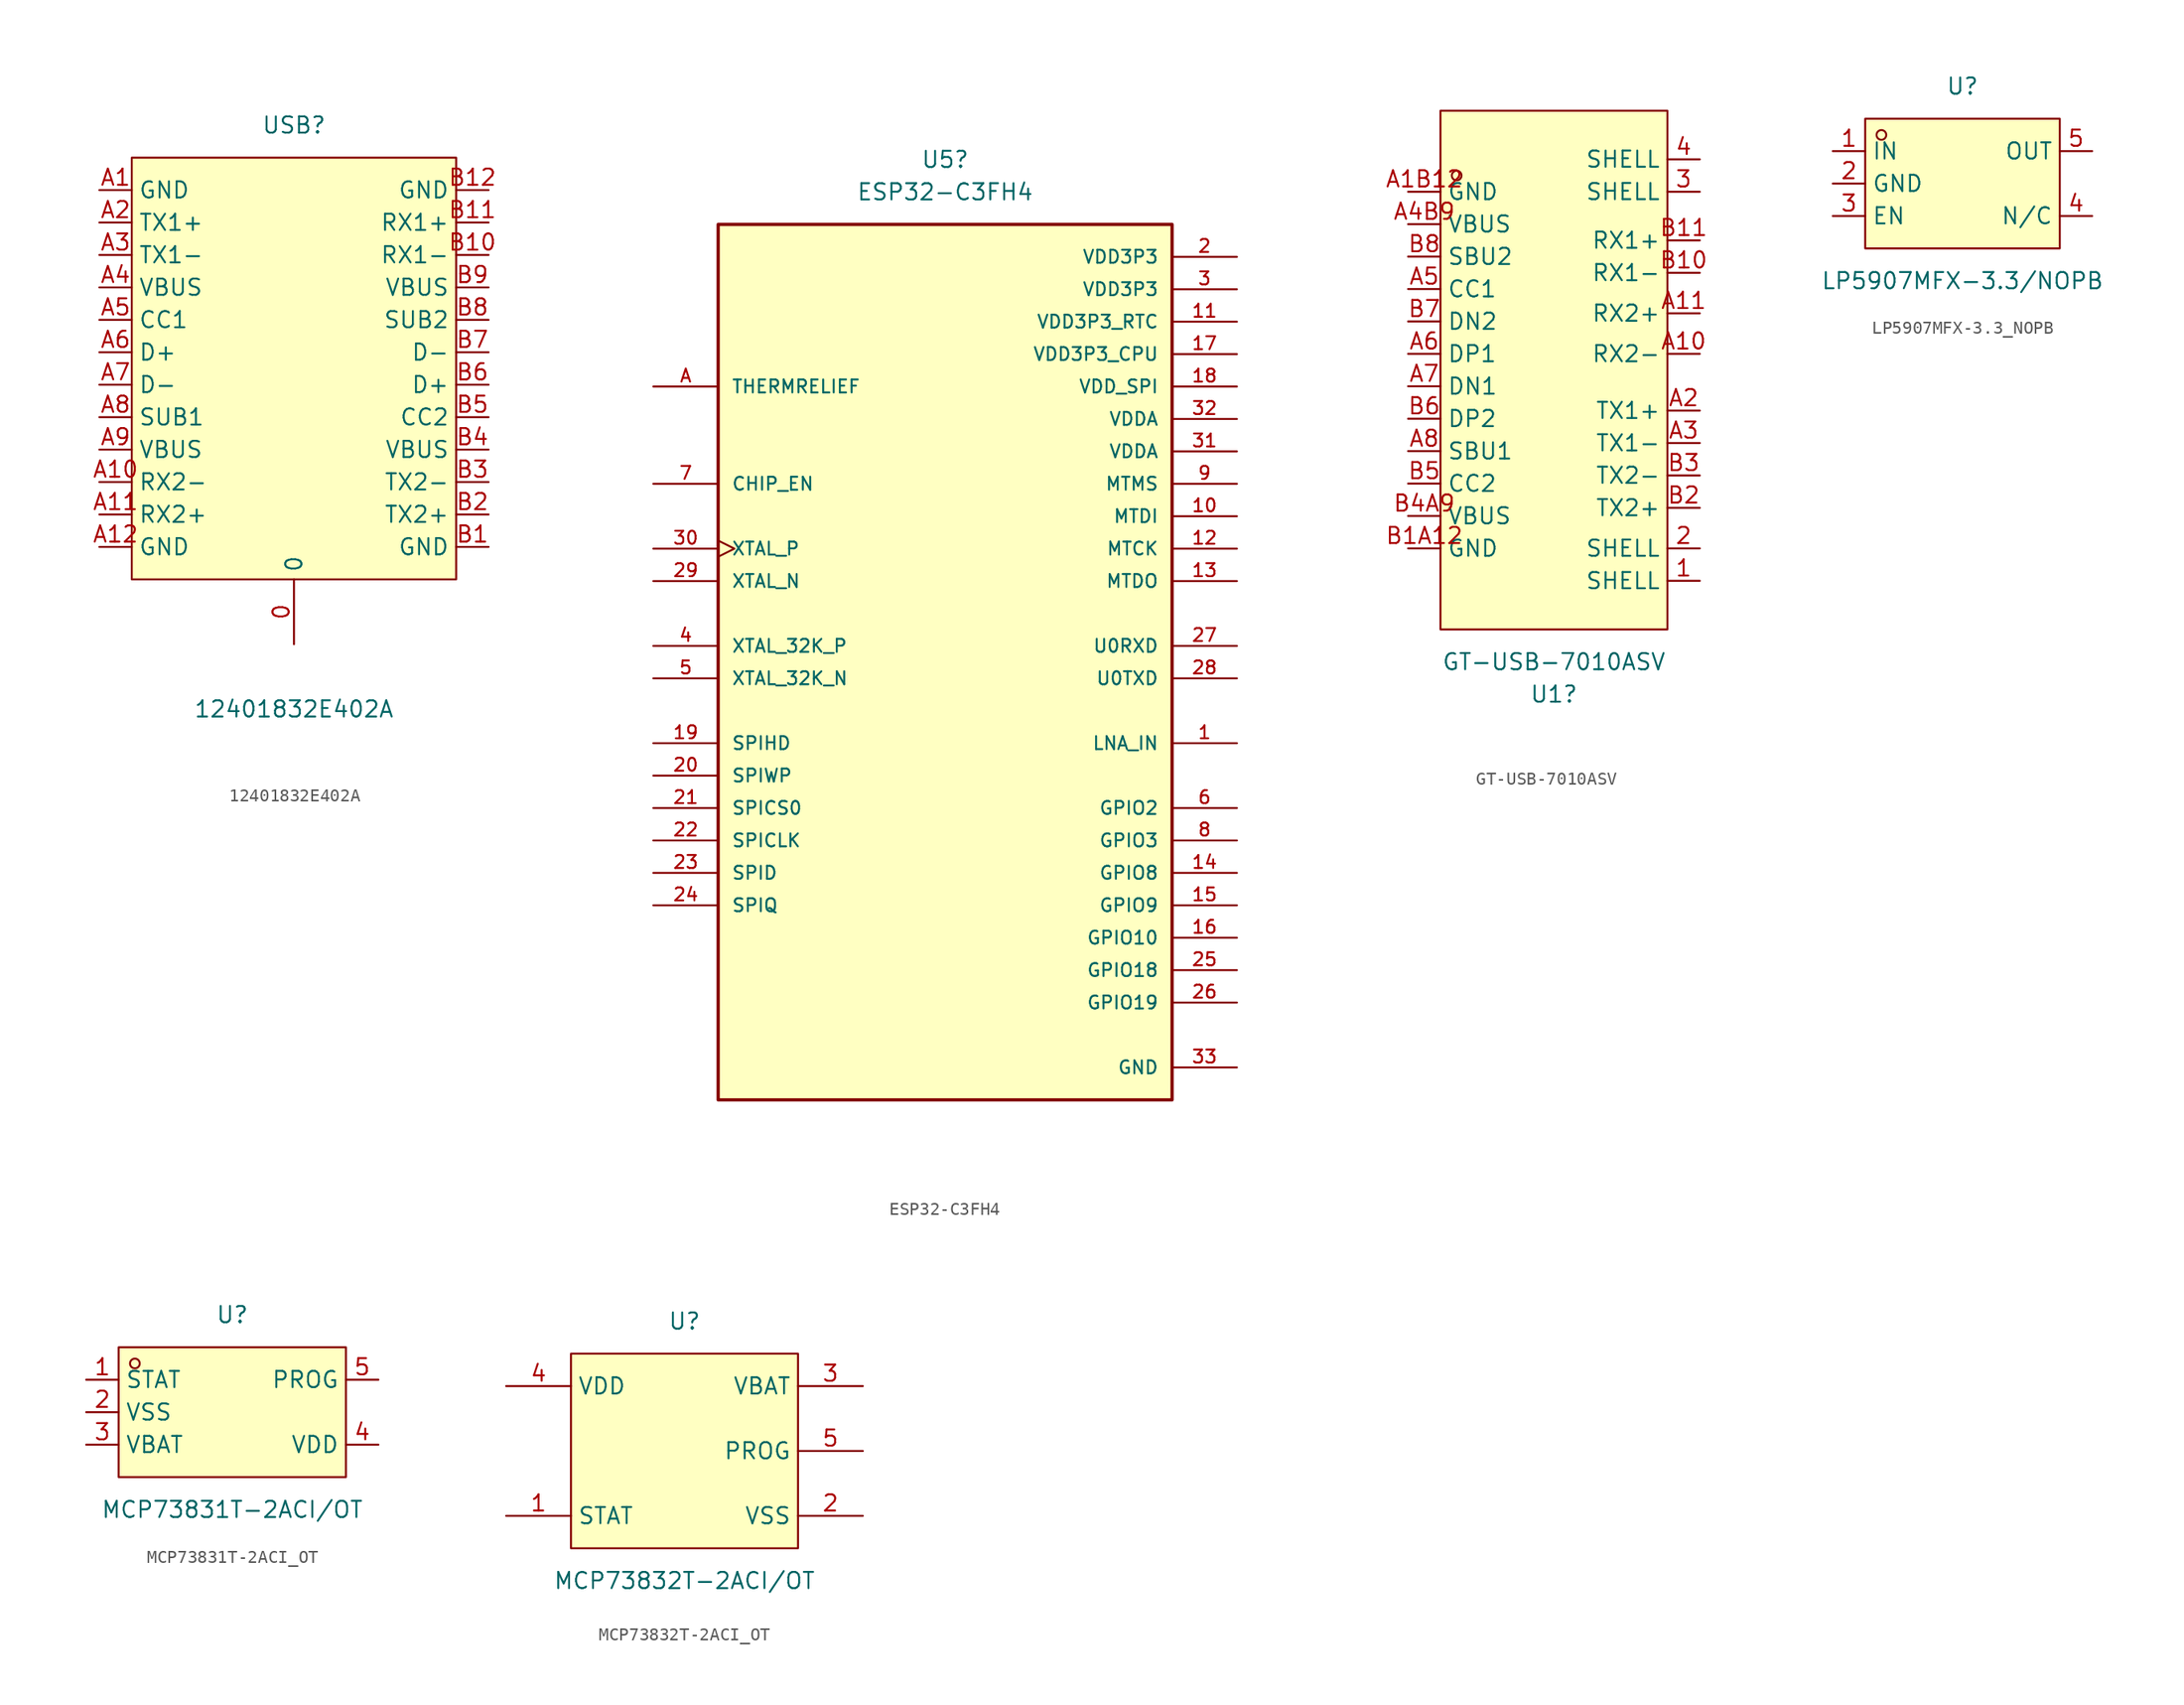
<source format=kicad_sym>
(kicad_symbol_lib
  (version 20220914)
  (generator https://github.com/uPesy/easyeda2kicad.py)
  (symbol "12401832E402A"
    (property "Reference" "USB"
      (at 0 22.86 0)
      (effects (font (size 1.27 1.27))))
    (property "Value" "12401832E402A"
      (at 0 -22.86 0)
      (effects (font (size 1.27 1.27))))
    (symbol "12401832E402A_0_1"
      (rectangle (start -12.7 20.32) (end 12.7 -12.7) (stroke (width 0) (type default)) (fill (type background)))
      (pin unspecified line (at 0 -17.78 90) (length 5.08) (name "0" (effects (font (size 1.27 1.27)))) (number "0" (effects (font (size 1.27 1.27)))))
      (pin unspecified line (at -15.24 17.78 0) (length 2.54) (name "GND" (effects (font (size 1.27 1.27)))) (number "A1" (effects (font (size 1.27 1.27)))))
      (pin unspecified line (at -15.24 -5.08 0) (length 2.54) (name "RX2-" (effects (font (size 1.27 1.27)))) (number "A10" (effects (font (size 1.27 1.27)))))
      (pin unspecified line (at -15.24 -7.62 0) (length 2.54) (name "RX2+" (effects (font (size 1.27 1.27)))) (number "A11" (effects (font (size 1.27 1.27)))))
      (pin unspecified line (at -15.24 -10.16 0) (length 2.54) (name "GND" (effects (font (size 1.27 1.27)))) (number "A12" (effects (font (size 1.27 1.27)))))
      (pin unspecified line (at -15.24 15.24 0) (length 2.54) (name "TX1+" (effects (font (size 1.27 1.27)))) (number "A2" (effects (font (size 1.27 1.27)))))
      (pin unspecified line (at -15.24 12.7 0) (length 2.54) (name "TX1-" (effects (font (size 1.27 1.27)))) (number "A3" (effects (font (size 1.27 1.27)))))
      (pin unspecified line (at -15.24 10.16 0) (length 2.54) (name "VBUS" (effects (font (size 1.27 1.27)))) (number "A4" (effects (font (size 1.27 1.27)))))
      (pin unspecified line (at -15.24 7.62 0) (length 2.54) (name "CC1" (effects (font (size 1.27 1.27)))) (number "A5" (effects (font (size 1.27 1.27)))))
      (pin unspecified line (at -15.24 5.08 0) (length 2.54) (name "D+" (effects (font (size 1.27 1.27)))) (number "A6" (effects (font (size 1.27 1.27)))))
      (pin unspecified line (at -15.24 2.54 0) (length 2.54) (name "D-" (effects (font (size 1.27 1.27)))) (number "A7" (effects (font (size 1.27 1.27)))))
      (pin unspecified line (at -15.24 0 0) (length 2.54) (name "SUB1" (effects (font (size 1.27 1.27)))) (number "A8" (effects (font (size 1.27 1.27)))))
      (pin unspecified line (at -15.24 -2.54 0) (length 2.54) (name "VBUS" (effects (font (size 1.27 1.27)))) (number "A9" (effects (font (size 1.27 1.27)))))
      (pin unspecified line (at 15.24 -10.16 180) (length 2.54) (name "GND" (effects (font (size 1.27 1.27)))) (number "B1" (effects (font (size 1.27 1.27)))))
      (pin unspecified line (at 15.24 12.7 180) (length 2.54) (name "RX1-" (effects (font (size 1.27 1.27)))) (number "B10" (effects (font (size 1.27 1.27)))))
      (pin unspecified line (at 15.24 15.24 180) (length 2.54) (name "RX1+" (effects (font (size 1.27 1.27)))) (number "B11" (effects (font (size 1.27 1.27)))))
      (pin unspecified line (at 15.24 17.78 180) (length 2.54) (name "GND" (effects (font (size 1.27 1.27)))) (number "B12" (effects (font (size 1.27 1.27)))))
      (pin unspecified line (at 15.24 -7.62 180) (length 2.54) (name "TX2+" (effects (font (size 1.27 1.27)))) (number "B2" (effects (font (size 1.27 1.27)))))
      (pin unspecified line (at 15.24 -5.08 180) (length 2.54) (name "TX2-" (effects (font (size 1.27 1.27)))) (number "B3" (effects (font (size 1.27 1.27)))))
      (pin unspecified line (at 15.24 -2.54 180) (length 2.54) (name "VBUS" (effects (font (size 1.27 1.27)))) (number "B4" (effects (font (size 1.27 1.27)))))
      (pin unspecified line (at 15.24 0 180) (length 2.54) (name "CC2" (effects (font (size 1.27 1.27)))) (number "B5" (effects (font (size 1.27 1.27)))))
      (pin unspecified line (at 15.24 2.54 180) (length 2.54) (name "D+" (effects (font (size 1.27 1.27)))) (number "B6" (effects (font (size 1.27 1.27)))))
      (pin unspecified line (at 15.24 5.08 180) (length 2.54) (name "D-" (effects (font (size 1.27 1.27)))) (number "B7" (effects (font (size 1.27 1.27)))))
      (pin unspecified line (at 15.24 7.62 180) (length 2.54) (name "SUB2" (effects (font (size 1.27 1.27)))) (number "B8" (effects (font (size 1.27 1.27)))))
      (pin unspecified line (at 15.24 10.16 180) (length 2.54) (name "VBUS" (effects (font (size 1.27 1.27)))) (number "B9" (effects (font (size 1.27 1.27)))))))
  (symbol "ESP32-C3FH4"
    (pin_names
      (offset 1.016))
    (property "Reference" "U5"
      (at 0 40.64 0)
      (effects (font (size 1.27 1.27))))
    (property "Value" "ESP32-C3FH4"
      (at 0 38.1 0)
      (effects (font (size 1.27 1.27))))
    (symbol "ESP32-C3FH4_0_0"
      (rectangle (start -17.78 35.56) (end 17.78 -33.02) (stroke (width 0.254) (type default)) (fill (type background)))
      (pin bidirectional line (at 22.86 -5.08 180) (length 5.08) (name "LNA_IN" (effects (font (size 1.016 1.016)))) (number "1" (effects (font (size 1.016 1.016)))))
      (pin bidirectional line (at 22.86 12.7 180) (length 5.08) (name "MTDI" (effects (font (size 1.016 1.016)))) (number "10" (effects (font (size 1.016 1.016)))))
      (pin power_in line (at 22.86 27.94 180) (length 5.08) (name "VDD3P3_RTC" (effects (font (size 1.016 1.016)))) (number "11" (effects (font (size 1.016 1.016)))))
      (pin bidirectional line (at 22.86 10.16 180) (length 5.08) (name "MTCK" (effects (font (size 1.016 1.016)))) (number "12" (effects (font (size 1.016 1.016)))))
      (pin bidirectional line (at 22.86 7.62 180) (length 5.08) (name "MTDO" (effects (font (size 1.016 1.016)))) (number "13" (effects (font (size 1.016 1.016)))))
      (pin bidirectional line (at 22.86 -15.24 180) (length 5.08) (name "GPIO8" (effects (font (size 1.016 1.016)))) (number "14" (effects (font (size 1.016 1.016)))))
      (pin bidirectional line (at 22.86 -17.78 180) (length 5.08) (name "GPIO9" (effects (font (size 1.016 1.016)))) (number "15" (effects (font (size 1.016 1.016)))))
      (pin bidirectional line (at 22.86 -20.32 180) (length 5.08) (name "GPIO10" (effects (font (size 1.016 1.016)))) (number "16" (effects (font (size 1.016 1.016)))))
      (pin power_in line (at 22.86 25.4 180) (length 5.08) (name "VDD3P3_CPU" (effects (font (size 1.016 1.016)))) (number "17" (effects (font (size 1.016 1.016)))))
      (pin power_in line (at 22.86 22.86 180) (length 5.08) (name "VDD_SPI" (effects (font (size 1.016 1.016)))) (number "18" (effects (font (size 1.016 1.016)))))
      (pin bidirectional line (at -22.86 -5.08 0) (length 5.08) (name "SPIHD" (effects (font (size 1.016 1.016)))) (number "19" (effects (font (size 1.016 1.016)))))
      (pin power_in line (at 22.86 33.02 180) (length 5.08) (name "VDD3P3" (effects (font (size 1.016 1.016)))) (number "2" (effects (font (size 1.016 1.016)))))
      (pin bidirectional line (at -22.86 -7.62 0) (length 5.08) (name "SPIWP" (effects (font (size 1.016 1.016)))) (number "20" (effects (font (size 1.016 1.016)))))
      (pin bidirectional line (at -22.86 -10.16 0) (length 5.08) (name "SPICS0" (effects (font (size 1.016 1.016)))) (number "21" (effects (font (size 1.016 1.016)))))
      (pin bidirectional line (at -22.86 -12.7 0) (length 5.08) (name "SPICLK" (effects (font (size 1.016 1.016)))) (number "22" (effects (font (size 1.016 1.016)))))
      (pin bidirectional line (at -22.86 -15.24 0) (length 5.08) (name "SPID" (effects (font (size 1.016 1.016)))) (number "23" (effects (font (size 1.016 1.016)))))
      (pin bidirectional line (at -22.86 -17.78 0) (length 5.08) (name "SPIQ" (effects (font (size 1.016 1.016)))) (number "24" (effects (font (size 1.016 1.016)))))
      (pin bidirectional line (at 22.86 -22.86 180) (length 5.08) (name "GPIO18" (effects (font (size 1.016 1.016)))) (number "25" (effects (font (size 1.016 1.016)))))
      (pin bidirectional line (at 22.86 -25.4 180) (length 5.08) (name "GPIO19" (effects (font (size 1.016 1.016)))) (number "26" (effects (font (size 1.016 1.016)))))
      (pin bidirectional line (at 22.86 2.54 180) (length 5.08) (name "U0RXD" (effects (font (size 1.016 1.016)))) (number "27" (effects (font (size 1.016 1.016)))))
      (pin bidirectional line (at 22.86 0 180) (length 5.08) (name "U0TXD" (effects (font (size 1.016 1.016)))) (number "28" (effects (font (size 1.016 1.016)))))
      (pin output line (at -22.86 7.62 0) (length 5.08) (name "XTAL_N" (effects (font (size 1.016 1.016)))) (number "29" (effects (font (size 1.016 1.016)))))
      (pin power_in line (at 22.86 30.48 180) (length 5.08) (name "VDD3P3" (effects (font (size 1.016 1.016)))) (number "3" (effects (font (size 1.016 1.016)))))
      (pin input clock (at -22.86 10.16 0) (length 5.08) (name "XTAL_P" (effects (font (size 1.016 1.016)))) (number "30" (effects (font (size 1.016 1.016)))))
      (pin power_in line (at 22.86 17.78 180) (length 5.08) (name "VDDA" (effects (font (size 1.016 1.016)))) (number "31" (effects (font (size 1.016 1.016)))))
      (pin power_in line (at 22.86 20.32 180) (length 5.08) (name "VDDA" (effects (font (size 1.016 1.016)))) (number "32" (effects (font (size 1.016 1.016)))))
      (pin power_in line (at 22.86 -30.48 180) (length 5.08) (name "GND" (effects (font (size 1.016 1.016)))) (number "33" (effects (font (size 1.016 1.016)))))
      (pin bidirectional line (at -22.86 2.54 0) (length 5.08) (name "XTAL_32K_P" (effects (font (size 1.016 1.016)))) (number "4" (effects (font (size 1.016 1.016)))))
      (pin bidirectional line (at -22.86 0 0) (length 5.08) (name "XTAL_32K_N" (effects (font (size 1.016 1.016)))) (number "5" (effects (font (size 1.016 1.016)))))
      (pin bidirectional line (at 22.86 -10.16 180) (length 5.08) (name "GPIO2" (effects (font (size 1.016 1.016)))) (number "6" (effects (font (size 1.016 1.016)))))
      (pin input line (at -22.86 15.24 0) (length 5.08) (name "CHIP_EN" (effects (font (size 1.016 1.016)))) (number "7" (effects (font (size 1.016 1.016)))))
      (pin bidirectional line (at 22.86 -12.7 180) (length 5.08) (name "GPIO3" (effects (font (size 1.016 1.016)))) (number "8" (effects (font (size 1.016 1.016)))))
      (pin bidirectional line (at 22.86 15.24 180) (length 5.08) (name "MTMS" (effects (font (size 1.016 1.016)))) (number "9" (effects (font (size 1.016 1.016))))))
    (symbol "ESP32-C3FH4_1_0"
      (pin input line (at -22.86 22.86 0) (length 5.08) (name "THERMRELIEF" (effects (font (size 1.016 1.016)))) (number "A" (effects (font (size 1.016 1.016)))))))
  (symbol "GT-USB-7010ASV"
    (property "Reference" "U1"
      (at -1.27 -20.32 0)
      (effects (font (size 1.27 1.27))))
    (property "Value" "GT-USB-7010ASV"
      (at -1.27 -17.78 0)
      (effects (font (size 1.27 1.27))))
    (symbol "GT-USB-7010ASV_0_1"
      (rectangle (start -10.16 25.4) (end 7.62 -15.24) (stroke (width 0) (type default)) (fill (type background)))
      (circle (center -8.89 20.32) (radius 0.38) (stroke (width 0) (type default)) (fill (type none)))
      (pin unspecified line (at 10.16 -11.43 180) (length 2.54) (name "SHELL" (effects (font (size 1.27 1.27)))) (number "1" (effects (font (size 1.27 1.27)))))
      (pin unspecified line (at 10.16 -8.89 180) (length 2.54) (name "SHELL" (effects (font (size 1.27 1.27)))) (number "2" (effects (font (size 1.27 1.27)))))
      (pin unspecified line (at 10.16 19.05 180) (length 2.54) (name "SHELL" (effects (font (size 1.27 1.27)))) (number "3" (effects (font (size 1.27 1.27)))))
      (pin unspecified line (at 10.16 21.59 180) (length 2.54) (name "SHELL" (effects (font (size 1.27 1.27)))) (number "4" (effects (font (size 1.27 1.27)))))
      (pin unspecified line (at 10.16 6.35 180) (length 2.54) (name "RX2-" (effects (font (size 1.27 1.27)))) (number "A10" (effects (font (size 1.27 1.27)))))
      (pin unspecified line (at 10.16 9.525 180) (length 2.54) (name "RX2+" (effects (font (size 1.27 1.27)))) (number "A11" (effects (font (size 1.27 1.27)))))
      (pin unspecified line (at -12.7 19.05 0) (length 2.54) (name "GND" (effects (font (size 1.27 1.27)))) (number "A1B12" (effects (font (size 1.27 1.27)))))
      (pin unspecified line (at 10.16 1.905 180) (length 2.54) (name "TX1+" (effects (font (size 1.27 1.27)))) (number "A2" (effects (font (size 1.27 1.27)))))
      (pin unspecified line (at 10.16 -0.635 180) (length 2.54) (name "TX1-" (effects (font (size 1.27 1.27)))) (number "A3" (effects (font (size 1.27 1.27)))))
      (pin unspecified line (at -12.7 16.51 0) (length 2.54) (name "VBUS" (effects (font (size 1.27 1.27)))) (number "A4B9" (effects (font (size 1.27 1.27)))))
      (pin unspecified line (at -12.7 11.43 0) (length 2.54) (name "CC1" (effects (font (size 1.27 1.27)))) (number "A5" (effects (font (size 1.27 1.27)))))
      (pin unspecified line (at -12.7 6.35 0) (length 2.54) (name "DP1" (effects (font (size 1.27 1.27)))) (number "A6" (effects (font (size 1.27 1.27)))))
      (pin unspecified line (at -12.7 3.81 0) (length 2.54) (name "DN1" (effects (font (size 1.27 1.27)))) (number "A7" (effects (font (size 1.27 1.27)))))
      (pin unspecified line (at -12.7 -1.27 0) (length 2.54) (name "SBU1" (effects (font (size 1.27 1.27)))) (number "A8" (effects (font (size 1.27 1.27)))))
      (pin unspecified line (at 10.16 12.7 180) (length 2.54) (name "RX1-" (effects (font (size 1.27 1.27)))) (number "B10" (effects (font (size 1.27 1.27)))))
      (pin unspecified line (at 10.16 15.24 180) (length 2.54) (name "RX1+" (effects (font (size 1.27 1.27)))) (number "B11" (effects (font (size 1.27 1.27)))))
      (pin unspecified line (at -12.7 -8.89 0) (length 2.54) (name "GND" (effects (font (size 1.27 1.27)))) (number "B1A12" (effects (font (size 1.27 1.27)))))
      (pin unspecified line (at 10.16 -5.715 180) (length 2.54) (name "TX2+" (effects (font (size 1.27 1.27)))) (number "B2" (effects (font (size 1.27 1.27)))))
      (pin unspecified line (at 10.16 -3.175 180) (length 2.54) (name "TX2-" (effects (font (size 1.27 1.27)))) (number "B3" (effects (font (size 1.27 1.27)))))
      (pin unspecified line (at -12.7 -6.35 0) (length 2.54) (name "VBUS" (effects (font (size 1.27 1.27)))) (number "B4A9" (effects (font (size 1.27 1.27)))))
      (pin unspecified line (at -12.7 -3.81 0) (length 2.54) (name "CC2" (effects (font (size 1.27 1.27)))) (number "B5" (effects (font (size 1.27 1.27)))))
      (pin unspecified line (at -12.7 1.27 0) (length 2.54) (name "DP2" (effects (font (size 1.27 1.27)))) (number "B6" (effects (font (size 1.27 1.27)))))
      (pin unspecified line (at -12.7 8.89 0) (length 2.54) (name "DN2" (effects (font (size 1.27 1.27)))) (number "B7" (effects (font (size 1.27 1.27)))))
      (pin unspecified line (at -12.7 13.97 0) (length 2.54) (name "SBU2" (effects (font (size 1.27 1.27)))) (number "B8" (effects (font (size 1.27 1.27)))))))
  (symbol "LP5907MFX-3.3_NOPB"
    (property "Reference" "U"
      (at 0 7.62 0)
      (effects (font (size 1.27 1.27))))
    (property "Value" "LP5907MFX-3.3/NOPB"
      (at 0 -7.62 0)
      (effects (font (size 1.27 1.27))))
    (symbol "LP5907MFX-3.3_NOPB_0_1"
      (rectangle (start -7.62 5.08) (end 7.62 -5.08) (stroke (width 0) (type default)) (fill (type background)))
      (circle (center -6.35 3.81) (radius 0.38) (stroke (width 0) (type default)) (fill (type none)))
      (pin unspecified line (at -10.16 2.54 0) (length 2.54) (name "IN" (effects (font (size 1.27 1.27)))) (number "1" (effects (font (size 1.27 1.27)))))
      (pin unspecified line (at -10.16 0 0) (length 2.54) (name "GND" (effects (font (size 1.27 1.27)))) (number "2" (effects (font (size 1.27 1.27)))))
      (pin unspecified line (at -10.16 -2.54 0) (length 2.54) (name "EN" (effects (font (size 1.27 1.27)))) (number "3" (effects (font (size 1.27 1.27)))))
      (pin unspecified line (at 10.16 -2.54 180) (length 2.54) (name "N/C" (effects (font (size 1.27 1.27)))) (number "4" (effects (font (size 1.27 1.27)))))
      (pin unspecified line (at 10.16 2.54 180) (length 2.54) (name "OUT" (effects (font (size 1.27 1.27)))) (number "5" (effects (font (size 1.27 1.27)))))))
  (symbol "MCP73831T-2ACI_OT"
    (property "Reference" "U"
      (at 0 7.62 0)
      (effects (font (size 1.27 1.27))))
    (property "Value" "MCP73831T-2ACI/OT"
      (at 0 -7.62 0)
      (effects (font (size 1.27 1.27))))
    (symbol "MCP73831T-2ACI_OT_0_1"
      (rectangle (start -8.89 5.08) (end 8.89 -5.08) (stroke (width 0) (type default)) (fill (type background)))
      (circle (center -7.62 3.81) (radius 0.38) (stroke (width 0) (type default)) (fill (type none)))
      (pin unspecified line (at -11.43 2.54 0) (length 2.54) (name "STAT" (effects (font (size 1.27 1.27)))) (number "1" (effects (font (size 1.27 1.27)))))
      (pin unspecified line (at -11.43 0 0) (length 2.54) (name "VSS" (effects (font (size 1.27 1.27)))) (number "2" (effects (font (size 1.27 1.27)))))
      (pin unspecified line (at -11.43 -2.54 0) (length 2.54) (name "VBAT" (effects (font (size 1.27 1.27)))) (number "3" (effects (font (size 1.27 1.27)))))
      (pin unspecified line (at 11.43 -2.54 180) (length 2.54) (name "VDD" (effects (font (size 1.27 1.27)))) (number "4" (effects (font (size 1.27 1.27)))))
      (pin unspecified line (at 11.43 2.54 180) (length 2.54) (name "PROG" (effects (font (size 1.27 1.27)))) (number "5" (effects (font (size 1.27 1.27)))))))
  (symbol "MCP73832T-2ACI_OT"
    (property "Reference" "U"
      (at 0 10.16 0)
      (effects (font (size 1.27 1.27))))
    (property "Value" "MCP73832T-2ACI/OT"
      (at 0 -10.16 0)
      (effects (font (size 1.27 1.27))))
    (symbol "MCP73832T-2ACI_OT_0_1"
      (rectangle (start -8.89 7.62) (end 8.89 -7.62) (stroke (width 0) (type default)) (fill (type background)))
      (pin unspecified line (at -13.97 -5.08 0) (length 5.08) (name "STAT" (effects (font (size 1.27 1.27)))) (number "1" (effects (font (size 1.27 1.27)))))
      (pin power_in line (at 13.97 -5.08 180) (length 5.08) (name "VSS" (effects (font (size 1.27 1.27)))) (number "2" (effects (font (size 1.27 1.27)))))
      (pin power_in line (at 13.97 5.08 180) (length 5.08) (name "VBAT" (effects (font (size 1.27 1.27)))) (number "3" (effects (font (size 1.27 1.27)))))
      (pin power_in line (at -13.97 5.08 0) (length 5.08) (name "VDD" (effects (font (size 1.27 1.27)))) (number "4" (effects (font (size 1.27 1.27)))))
      (pin unspecified line (at 13.97 0 180) (length 5.08) (name "PROG" (effects (font (size 1.27 1.27)))) (number "5" (effects (font (size 1.27 1.27))))))))
</source>
